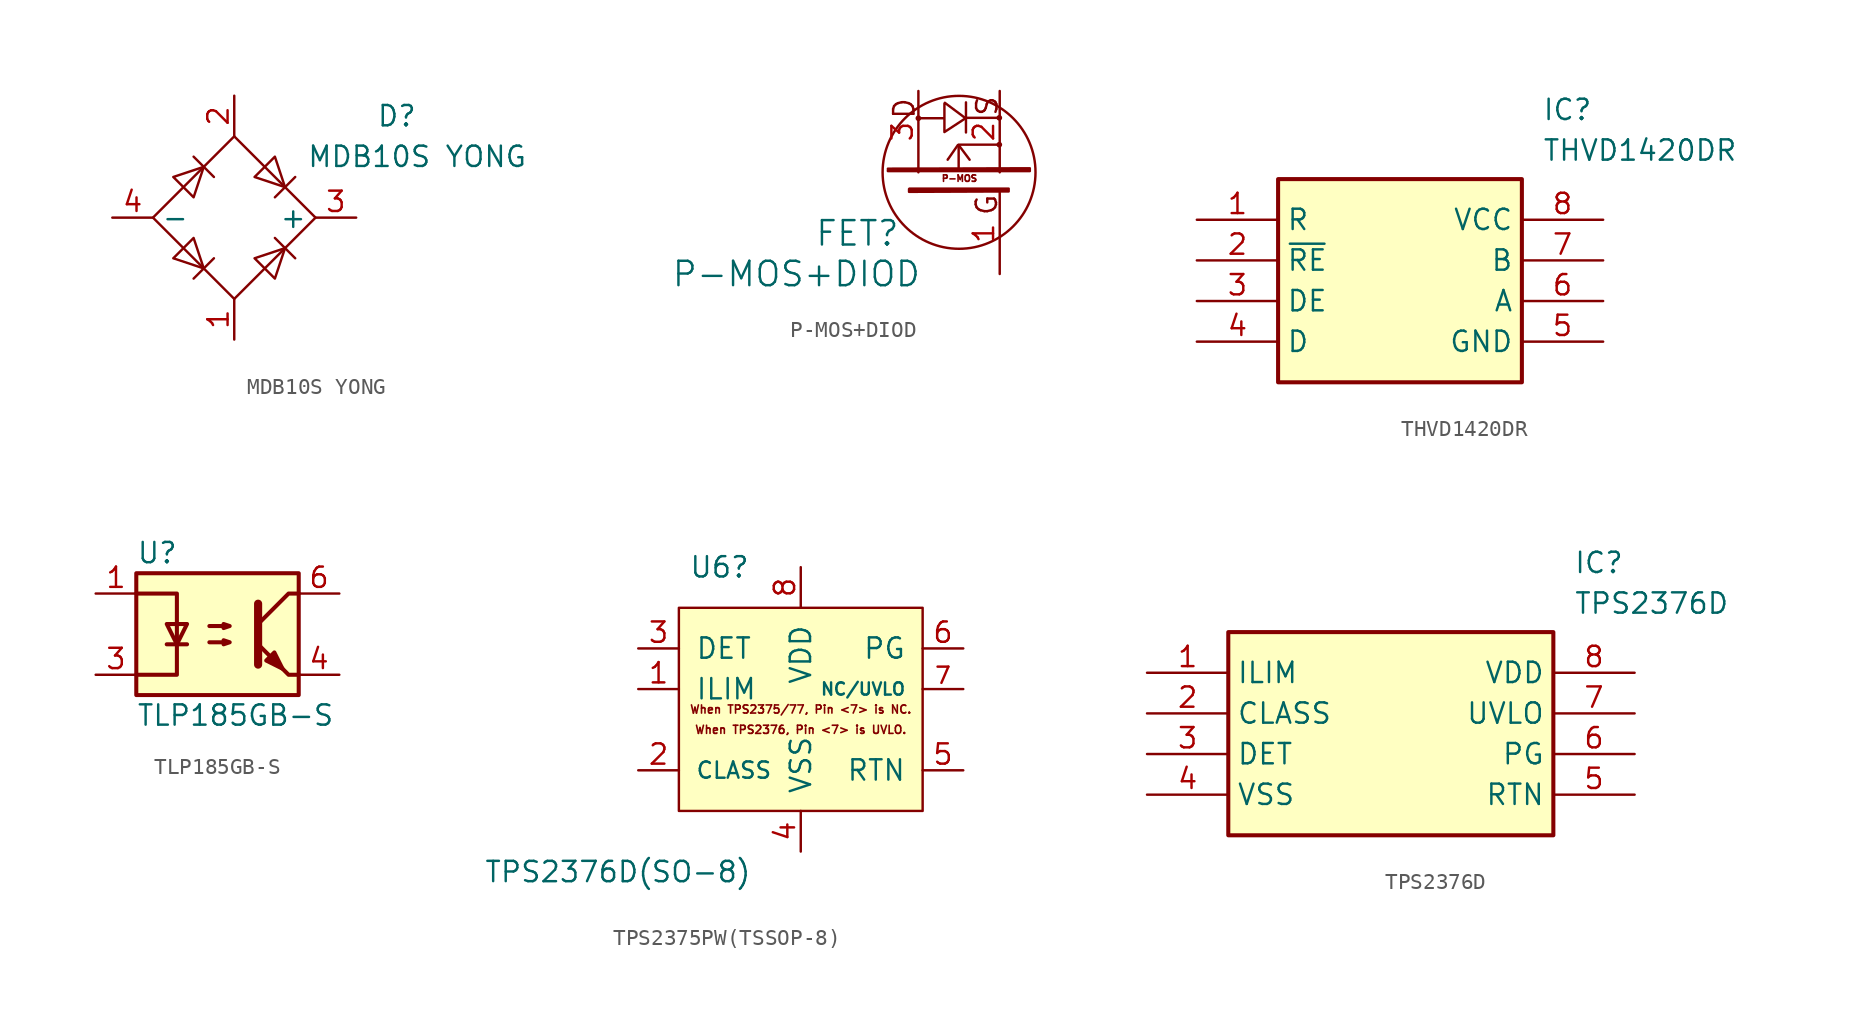
<source format=kicad_sym>
(kicad_symbol_lib
  (version 20220914)
  (generator kicad_symbol_editor)
  (symbol "MDB10S YONG"
    (property "Reference" "D"
      (at 10.16 6.35 0)
      (effects (font (size 1.27 1.27))))
    (property "Value" "MDB10S YONG"
      (at 11.43 3.81 0)
      (effects (font (size 1.27 1.27))))
    (symbol "MDB10S YONG_1_1"
      (polyline (pts (xy -2.54 3.81) (xy -1.27 2.54)) (stroke (width 0) (type default)) (fill (type none)))
      (polyline (pts (xy -1.27 -2.54) (xy -2.54 -3.81)) (stroke (width 0) (type default)) (fill (type none)))
      (polyline (pts (xy 2.54 -1.27) (xy 3.81 -2.54)) (stroke (width 0) (type default)) (fill (type none)))
      (polyline (pts (xy 2.54 1.27) (xy 3.81 2.54)) (stroke (width 0) (type default)) (fill (type none)))
      (polyline (pts (xy -3.81 2.54) (xy -2.54 1.27) (xy -1.905 3.175) (xy -3.81 2.54)) (stroke (width 0) (type default)) (fill (type none)))
      (polyline (pts (xy -2.54 -1.27) (xy -3.81 -2.54) (xy -1.905 -3.175) (xy -2.54 -1.27)) (stroke (width 0) (type default)) (fill (type none)))
      (polyline (pts (xy 1.27 2.54) (xy 2.54 3.81) (xy 3.175 1.905) (xy 1.27 2.54)) (stroke (width 0) (type default)) (fill (type none)))
      (polyline (pts (xy 3.175 -1.905) (xy 1.27 -2.54) (xy 2.54 -3.81) (xy 3.175 -1.905)) (stroke (width 0) (type default)) (fill (type none)))
      (polyline (pts (xy -5.08 0) (xy 0 -5.08) (xy 5.08 0) (xy 0 5.08) (xy -5.08 0)) (stroke (width 0) (type default)) (fill (type none)))
      (pin passive line (at 0 -7.62 90) (length 2.54) (name "~" (effects (font (size 1.27 1.27)))) (number "1" (effects (font (size 1.27 1.27)))))
      (pin passive line (at 0 7.62 270) (length 2.54) (name "~" (effects (font (size 1.27 1.27)))) (number "2" (effects (font (size 1.27 1.27)))))
      (pin passive line (at 7.62 0 180) (length 2.54) (name "+" (effects (font (size 1.27 1.27)))) (number "3" (effects (font (size 1.27 1.27)))))
      (pin passive line (at -7.62 0 0) (length 2.54) (name "-" (effects (font (size 1.27 1.27)))) (number "4" (effects (font (size 1.27 1.27)))))))
  (symbol "P-MOS+DIOD"
    (pin_names
      (offset 1.016))
    (property "Reference" "FET"
      (at -6.35 -3.81 0)
      (effects (font (size 1.524 1.524))))
    (property "Value" "P-MOS+DIOD"
      (at -10.16 -6.35 0)
      (effects (font (size 1.524 1.524))))
    (property "Footprint" ""
      (at 0 0 0)
      (effects (font (size 1.524 1.524))))
    (property "Datasheet" ""
      (at 0 0 0)
      (effects (font (size 1.524 1.524))))
    (symbol "P-MOS+DIOD_0_0"
      (circle (center -2.54 3.378) (radius 0.102) (stroke (width 0) (type solid)) (fill (type none)))
      (polyline (pts (xy -0.025 1.702) (xy 0.66 0.787)) (stroke (width 0) (type solid)) (fill (type none)))
      (polyline (pts (xy 0.432 4.369) (xy 0.432 2.489)) (stroke (width 0) (type solid)) (fill (type none)))
      (polyline (pts (xy 0.457 3.404) (xy 2.489 3.404)) (stroke (width 0) (type solid)) (fill (type none)))
      (polyline (pts (xy -0.076 1.702) (xy -0.711 0.787) (xy -0.686 0.838)) (stroke (width 0) (type solid)) (fill (type none)))
      (polyline (pts (xy -0.025 0.254) (xy -0.025 1.727) (xy 2.515 1.727)) (stroke (width 0) (type solid)) (fill (type none)))
      (polyline (pts (xy -2.515 3.378) (xy -0.914 3.378) (xy -0.914 4.293) (xy -0.914 2.515) (xy 0.406 3.378) (xy -0.889 4.343)) (stroke (width 0) (type solid)) (fill (type none)))
      (polyline (pts (xy -4.445 0.229) (xy 4.42 0.254) (xy 4.42 0.076) (xy -4.42 0.076) (xy -4.445 0.076) (xy -4.445 0.152) (xy 4.293 0.152)) (stroke (width 0) (type solid)) (fill (type none)))
      (polyline (pts (xy -3.099 -1.016) (xy 3.099 -1.016) (xy 3.099 -1.194) (xy -3.073 -1.219) (xy -3.124 -1.219) (xy -3.124 -1.041) (xy -3.048 -1.143) (xy 2.997 -1.118)) (stroke (width 0) (type solid)) (fill (type none)))
      (circle (center 0 0) (radius 4.775) (stroke (width 0) (type solid)) (fill (type none)))
      (circle (center 2.515 1.727) (radius 0.102) (stroke (width 0) (type solid)) (fill (type none)))
      (circle (center 2.515 3.404) (radius 0.102) (stroke (width 0) (type solid)) (fill (type none)))
      (text "D" (at -3.429 3.988 900) (effects (font (size 1.27 1.27))))
      (text "G" (at 1.727 -2.032 900) (effects (font (size 1.27 1.27))))
      (text "P-MOS" (at 0.025 -0.381 0) (effects (font (size 0.406 0.406))))
      (text "S" (at 1.753 4.14 900) (effects (font (size 1.27 1.27)))))
    (symbol "P-MOS+DIOD_1_1"
      (pin input line (at 2.54 -6.35 90) (length 5.08) (name "~" (effects (font (size 1.27 1.27)))) (number "1" (effects (font (size 1.27 1.27)))))
      (pin passive line (at 2.54 5.08 270) (length 5.08) (name "~" (effects (font (size 1.27 1.27)))) (number "2" (effects (font (size 1.27 1.27)))))
      (pin passive line (at -2.54 5.08 270) (length 5.08) (name "~" (effects (font (size 1.27 1.27)))) (number "3" (effects (font (size 1.27 1.27)))))))
  (symbol "THVD1420DR"
    (property "Reference" "IC"
      (at 21.59 7.62 0)
      (effects (font (size 1.27 1.27)) (justify left top)))
    (property "Value" "THVD1420DR"
      (at 21.59 5.08 0)
      (effects (font (size 1.27 1.27)) (justify left top)))
    (symbol "THVD1420DR_1_1"
      (rectangle (start 5.08 2.54) (end 20.32 -10.16) (stroke (width 0.254) (type default)) (fill (type background)))
      (pin passive line (at 0 0 0) (length 5.08) (name "R" (effects (font (size 1.27 1.27)))) (number "1" (effects (font (size 1.27 1.27)))))
      (pin passive line (at 0 -2.54 0) (length 5.08) (name "~{RE}" (effects (font (size 1.27 1.27)))) (number "2" (effects (font (size 1.27 1.27)))))
      (pin passive line (at 0 -5.08 0) (length 5.08) (name "DE" (effects (font (size 1.27 1.27)))) (number "3" (effects (font (size 1.27 1.27)))))
      (pin passive line (at 0 -7.62 0) (length 5.08) (name "D" (effects (font (size 1.27 1.27)))) (number "4" (effects (font (size 1.27 1.27)))))
      (pin passive line (at 25.4 -7.62 180) (length 5.08) (name "GND" (effects (font (size 1.27 1.27)))) (number "5" (effects (font (size 1.27 1.27)))))
      (pin passive line (at 25.4 -5.08 180) (length 5.08) (name "A" (effects (font (size 1.27 1.27)))) (number "6" (effects (font (size 1.27 1.27)))))
      (pin passive line (at 25.4 -2.54 180) (length 5.08) (name "B" (effects (font (size 1.27 1.27)))) (number "7" (effects (font (size 1.27 1.27)))))
      (pin passive line (at 25.4 0 180) (length 5.08) (name "VCC" (effects (font (size 1.27 1.27)))) (number "8" (effects (font (size 1.27 1.27)))))))
  (symbol "TLP185GB-S"
    (property "Reference" "U"
      (at -5.08 5.08 0)
      (effects (font (size 1.27 1.27)) (justify left)))
    (property "Value" "TLP185GB-S"
      (at -5.08 -5.08 0)
      (effects (font (size 1.27 1.27)) (justify left)))
    (symbol "TLP185GB-S_0_1"
      (rectangle (start -5.08 3.81) (end 5.08 -3.81) (stroke (width 0.254) (type default)) (fill (type background)))
      (polyline (pts (xy -3.175 -0.635) (xy -1.905 -0.635)) (stroke (width 0.254) (type default)) (fill (type none)))
      (polyline (pts (xy 2.54 1.905) (xy 2.54 -1.905) (xy 2.54 -1.905)) (stroke (width 0.508) (type default)) (fill (type none)))
      (polyline (pts (xy 5.08 -2.54) (xy 4.445 -2.54) (xy 2.54 -0.635)) (stroke (width 0.254) (type default)) (fill (type none)))
      (polyline (pts (xy 5.08 2.54) (xy 4.445 2.54) (xy 2.54 0.635)) (stroke (width 0.254) (type default)) (fill (type none)))
      (polyline (pts (xy -5.08 -2.54) (xy -2.54 -2.54) (xy -2.54 2.54) (xy -5.08 2.54)) (stroke (width 0.254) (type default)) (fill (type none)))
      (polyline (pts (xy -2.54 -0.635) (xy -3.175 0.635) (xy -1.905 0.635) (xy -2.54 -0.635)) (stroke (width 0.254) (type default)) (fill (type none)))
      (polyline (pts (xy -0.508 -0.508) (xy 0.762 -0.508) (xy 0.381 -0.635) (xy 0.381 -0.381) (xy 0.762 -0.508)) (stroke (width 0.254) (type default)) (fill (type none)))
      (polyline (pts (xy -0.508 0.508) (xy 0.762 0.508) (xy 0.381 0.381) (xy 0.381 0.635) (xy 0.762 0.508)) (stroke (width 0.254) (type default)) (fill (type none)))
      (polyline (pts (xy 3.048 -1.651) (xy 3.556 -1.143) (xy 4.064 -2.159) (xy 3.048 -1.651) (xy 3.048 -1.651)) (stroke (width 0.254) (type default)) (fill (type outline))))
    (symbol "TLP185GB-S_1_1"
      (pin passive line (at -7.62 2.54 0) (length 2.54) (name "~" (effects (font (size 1.27 1.27)))) (number "1" (effects (font (size 1.27 1.27)))))
      (pin passive line (at -7.62 -2.54 0) (length 2.54) (name "~" (effects (font (size 1.27 1.27)))) (number "3" (effects (font (size 1.27 1.27)))))
      (pin passive line (at 7.62 -2.54 180) (length 2.54) (name "~" (effects (font (size 1.27 1.27)))) (number "4" (effects (font (size 1.27 1.27)))))
      (pin passive line (at 7.62 2.54 180) (length 2.54) (name "~" (effects (font (size 1.27 1.27)))) (number "6" (effects (font (size 1.27 1.27)))))))
  (symbol "TPS2375PW(TSSOP-8)"
    (pin_names
      (offset 1.016))
    (property "Reference" "U6"
      (at -5.08 10.16 0)
      (effects (font (size 1.27 1.27))))
    (property "Value" "TPS2376D(SO-8)"
      (at -11.43 -8.89 0)
      (effects (font (size 1.27 1.27))))
    (symbol "TPS2375PW(TSSOP-8)_0_0"
      (text "When TPS2375/77, Pin <7> is NC." (at 0 1.27 0) (effects (font (size 0.508 0.508) bold)))
      (text "When TPS2376, Pin <7> is UVLO." (at 0 0 0) (effects (font (size 0.508 0.508) bold))))
    (symbol "TPS2375PW(TSSOP-8)_0_1"
      (rectangle (start -7.62 7.62) (end 7.62 -5.08) (stroke (width 0) (type solid)) (fill (type background))))
    (symbol "TPS2375PW(TSSOP-8)_1_1"
      (pin output line (at -10.16 2.54 0) (length 2.54) (name "ILIM" (effects (font (size 1.27 1.27)))) (number "1" (effects (font (size 1.27 1.27)))))
      (pin output line (at -10.16 -2.54 0) (length 2.54) (name "CLASS" (effects (font (size 1.016 1.016)))) (number "2" (effects (font (size 1.27 1.27)))))
      (pin output line (at -10.16 5.08 0) (length 2.54) (name "DET" (effects (font (size 1.27 1.27)))) (number "3" (effects (font (size 1.27 1.27)))))
      (pin power_in line (at 0 -7.62 90) (length 2.54) (name "VSS" (effects (font (size 1.27 1.27)))) (number "4" (effects (font (size 1.27 1.27)))))
      (pin power_out line (at 10.16 -2.54 180) (length 2.54) (name "RTN" (effects (font (size 1.27 1.27)))) (number "5" (effects (font (size 1.27 1.27)))))
      (pin open_collector line (at 10.16 5.08 180) (length 2.54) (name "PG" (effects (font (size 1.27 1.27)))) (number "6" (effects (font (size 1.27 1.27)))))
      (pin input line (at 10.16 2.54 180) (length 2.54) (name "NC/UVLO" (effects (font (size 0.762 0.762)))) (number "7" (effects (font (size 1.016 1.016)))))
      (pin power_in line (at 0 10.16 270) (length 2.54) (name "VDD" (effects (font (size 1.27 1.27)))) (number "8" (effects (font (size 1.27 1.27)))))))
  (symbol "TPS2376D"
    (property "Reference" "IC"
      (at 26.67 7.62 0)
      (effects (font (size 1.27 1.27)) (justify left top)))
    (property "Value" "TPS2376D"
      (at 26.67 5.08 0)
      (effects (font (size 1.27 1.27)) (justify left top)))
    (symbol "TPS2376D_1_1"
      (rectangle (start 5.08 2.54) (end 25.4 -10.16) (stroke (width 0.254) (type default)) (fill (type background)))
      (pin passive line (at 0 0 0) (length 5.08) (name "ILIM" (effects (font (size 1.27 1.27)))) (number "1" (effects (font (size 1.27 1.27)))))
      (pin passive line (at 0 -2.54 0) (length 5.08) (name "CLASS" (effects (font (size 1.27 1.27)))) (number "2" (effects (font (size 1.27 1.27)))))
      (pin passive line (at 0 -5.08 0) (length 5.08) (name "DET" (effects (font (size 1.27 1.27)))) (number "3" (effects (font (size 1.27 1.27)))))
      (pin passive line (at 0 -7.62 0) (length 5.08) (name "VSS" (effects (font (size 1.27 1.27)))) (number "4" (effects (font (size 1.27 1.27)))))
      (pin passive line (at 30.48 -7.62 180) (length 5.08) (name "RTN" (effects (font (size 1.27 1.27)))) (number "5" (effects (font (size 1.27 1.27)))))
      (pin passive line (at 30.48 -5.08 180) (length 5.08) (name "PG" (effects (font (size 1.27 1.27)))) (number "6" (effects (font (size 1.27 1.27)))))
      (pin passive line (at 30.48 -2.54 180) (length 5.08) (name "UVLO" (effects (font (size 1.27 1.27)))) (number "7" (effects (font (size 1.27 1.27)))))
      (pin passive line (at 30.48 0 180) (length 5.08) (name "VDD" (effects (font (size 1.27 1.27)))) (number "8" (effects (font (size 1.27 1.27))))))))
</source>
